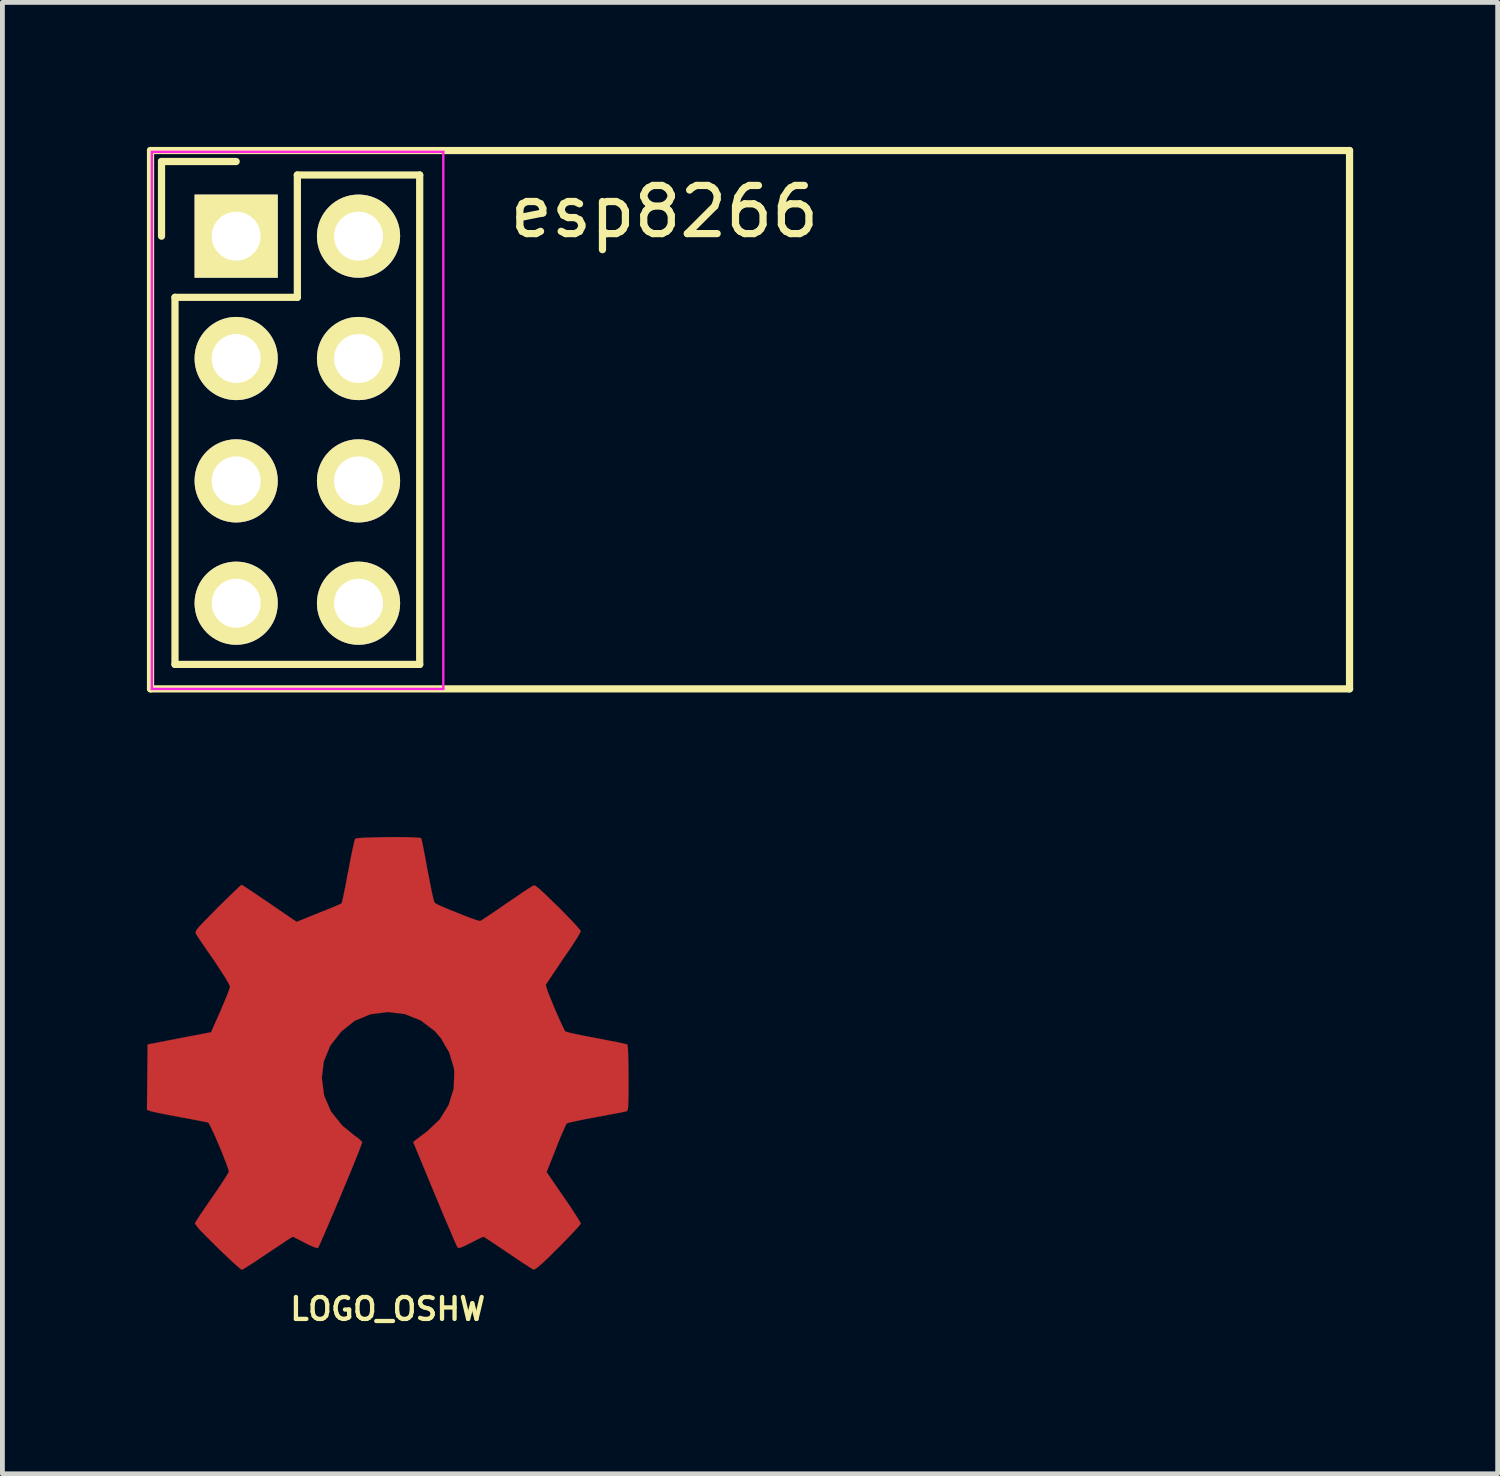
<source format=kicad_pcb>
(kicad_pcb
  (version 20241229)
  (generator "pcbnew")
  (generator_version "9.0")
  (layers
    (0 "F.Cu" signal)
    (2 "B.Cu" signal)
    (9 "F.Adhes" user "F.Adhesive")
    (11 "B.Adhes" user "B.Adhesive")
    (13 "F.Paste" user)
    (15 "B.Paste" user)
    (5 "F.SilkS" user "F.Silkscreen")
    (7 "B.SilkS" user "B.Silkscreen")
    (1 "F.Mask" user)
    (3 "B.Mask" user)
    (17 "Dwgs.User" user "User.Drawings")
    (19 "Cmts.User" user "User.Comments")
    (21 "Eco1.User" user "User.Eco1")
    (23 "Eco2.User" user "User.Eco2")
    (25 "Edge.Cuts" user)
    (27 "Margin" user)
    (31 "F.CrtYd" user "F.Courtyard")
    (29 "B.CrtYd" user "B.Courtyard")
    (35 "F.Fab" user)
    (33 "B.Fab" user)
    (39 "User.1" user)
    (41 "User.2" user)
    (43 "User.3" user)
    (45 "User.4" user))
  (footprint "LOGO_OSHW"
    (layer "F.Cu")
    (at 5 18.821)
    (property "Reference" "LOGO_OSHW" (at 0 5.304 0) (layer "F.SilkS") (effects (font (size 0.455 0.455) (thickness 0.089))))
    (attr through_hole)
    (fp_poly (pts (xy -3.03 4.491) (xy -2.979 4.463) (xy -2.86 4.389) (xy -2.695 4.28) (xy -2.497 4.148) (xy -2.299 4.016) (xy -2.136 3.907) (xy -2.022 3.833) (xy -1.974 3.805) (xy -1.948 3.815) (xy -1.854 3.861) (xy -1.717 3.932) (xy -1.638 3.973) (xy -1.514 4.026) (xy -1.45 4.039) (xy -1.44 4.021) (xy -1.394 3.924) (xy -1.323 3.762) (xy -1.229 3.543) (xy -1.12 3.289) (xy -1.006 3.018) (xy -0.889 2.738) (xy -0.777 2.471) (xy -0.681 2.233) (xy -0.602 2.037) (xy -0.551 1.902) (xy -0.531 1.844) (xy -0.536 1.831) (xy -0.599 1.77) (xy -0.709 1.689) (xy -0.945 1.496) (xy -1.179 1.204) (xy -1.321 0.874) (xy -1.369 0.505) (xy -1.328 0.165) (xy -1.194 -0.163) (xy -0.965 -0.457) (xy -0.688 -0.678) (xy -0.363 -0.815) (xy 0 -0.861) (xy 0.348 -0.82) (xy 0.683 -0.688) (xy 0.978 -0.465) (xy 1.102 -0.32) (xy 1.275 -0.023) (xy 1.372 0.297) (xy 1.382 0.378) (xy 1.369 0.729) (xy 1.265 1.067) (xy 1.079 1.369) (xy 0.82 1.615) (xy 0.79 1.638) (xy 0.671 1.727) (xy 0.589 1.788) (xy 0.528 1.839) (xy 0.975 2.916) (xy 1.046 3.086) (xy 1.168 3.381) (xy 1.278 3.635) (xy 1.361 3.835) (xy 1.422 3.97) (xy 1.448 4.026) (xy 1.45 4.028) (xy 1.491 4.036) (xy 1.572 4.006) (xy 1.722 3.932) (xy 1.821 3.881) (xy 1.935 3.825) (xy 1.989 3.805) (xy 2.032 3.83) (xy 2.141 3.901) (xy 2.301 4.008) (xy 2.494 4.138) (xy 2.677 4.262) (xy 2.845 4.374) (xy 2.969 4.453) (xy 3.028 4.486) (xy 3.038 4.486) (xy 3.091 4.455) (xy 3.188 4.374) (xy 3.335 4.237) (xy 3.541 4.031) (xy 3.574 4) (xy 3.744 3.825) (xy 3.881 3.68) (xy 3.975 3.576) (xy 4.008 3.531) (xy 3.978 3.472) (xy 3.901 3.35) (xy 3.79 3.178) (xy 3.653 2.979) (xy 3.297 2.461) (xy 3.493 1.971) (xy 3.551 1.821) (xy 3.627 1.641) (xy 3.686 1.511) (xy 3.713 1.455) (xy 3.767 1.435) (xy 3.901 1.405) (xy 4.094 1.364) (xy 4.326 1.321) (xy 4.547 1.28) (xy 4.745 1.242) (xy 4.889 1.214) (xy 4.953 1.201) (xy 4.968 1.191) (xy 4.983 1.161) (xy 4.991 1.092) (xy 4.996 0.973) (xy 4.999 0.782) (xy 4.999 0.505) (xy 4.999 0.475) (xy 4.996 0.213) (xy 4.991 0.003) (xy 4.983 -0.135) (xy 4.976 -0.188) (xy 4.973 -0.188) (xy 4.912 -0.203) (xy 4.773 -0.234) (xy 4.572 -0.272) (xy 4.336 -0.318) (xy 4.321 -0.32) (xy 4.084 -0.366) (xy 3.886 -0.406) (xy 3.747 -0.439) (xy 3.688 -0.457) (xy 3.675 -0.475) (xy 3.63 -0.566) (xy 3.561 -0.714) (xy 3.482 -0.892) (xy 3.406 -1.077) (xy 3.338 -1.245) (xy 3.294 -1.369) (xy 3.279 -1.425) (xy 3.282 -1.427) (xy 3.317 -1.483) (xy 3.399 -1.605) (xy 3.513 -1.775) (xy 3.65 -1.979) (xy 3.66 -1.994) (xy 3.797 -2.192) (xy 3.907 -2.362) (xy 3.98 -2.482) (xy 4.008 -2.537) (xy 4.008 -2.54) (xy 3.962 -2.601) (xy 3.861 -2.713) (xy 3.716 -2.865) (xy 3.541 -3.043) (xy 3.485 -3.096) (xy 3.289 -3.287) (xy 3.155 -3.411) (xy 3.071 -3.477) (xy 3.03 -3.493) (xy 3.03 -3.49) (xy 2.969 -3.454) (xy 2.842 -3.373) (xy 2.672 -3.256) (xy 2.469 -3.119) (xy 2.454 -3.109) (xy 2.256 -2.972) (xy 2.088 -2.86) (xy 1.971 -2.781) (xy 1.918 -2.751) (xy 1.91 -2.751) (xy 1.829 -2.774) (xy 1.687 -2.824) (xy 1.511 -2.893) (xy 1.326 -2.967) (xy 1.158 -3.038) (xy 1.031 -3.094) (xy 0.973 -3.129) (xy 0.97 -3.132) (xy 0.95 -3.203) (xy 0.914 -3.353) (xy 0.874 -3.559) (xy 0.826 -3.802) (xy 0.818 -3.843) (xy 0.775 -4.082) (xy 0.737 -4.277) (xy 0.709 -4.415) (xy 0.693 -4.47) (xy 0.66 -4.478) (xy 0.544 -4.486) (xy 0.366 -4.491) (xy 0.15 -4.493) (xy -0.076 -4.491) (xy -0.297 -4.486) (xy -0.485 -4.481) (xy -0.62 -4.47) (xy -0.676 -4.46) (xy -0.678 -4.455) (xy -0.699 -4.381) (xy -0.732 -4.232) (xy -0.775 -4.026) (xy -0.82 -3.78) (xy -0.831 -3.736) (xy -0.874 -3.5) (xy -0.914 -3.305) (xy -0.942 -3.17) (xy -0.958 -3.117) (xy -0.98 -3.106) (xy -1.077 -3.063) (xy -1.237 -2.997) (xy -1.435 -2.918) (xy -1.892 -2.733) (xy -2.454 -3.117) (xy -2.504 -3.152) (xy -2.708 -3.289) (xy -2.873 -3.399) (xy -2.987 -3.475) (xy -3.035 -3.5) (xy -3.04 -3.5) (xy -3.096 -3.449) (xy -3.205 -3.345) (xy -3.358 -3.198) (xy -3.536 -3.023) (xy -3.665 -2.891) (xy -3.82 -2.733) (xy -3.919 -2.629) (xy -3.973 -2.56) (xy -3.99 -2.52) (xy -3.985 -2.492) (xy -3.95 -2.433) (xy -3.868 -2.311) (xy -3.752 -2.141) (xy -3.614 -1.943) (xy -3.503 -1.775) (xy -3.381 -1.587) (xy -3.302 -1.453) (xy -3.274 -1.387) (xy -3.282 -1.361) (xy -3.32 -1.25) (xy -3.388 -1.085) (xy -3.472 -0.886) (xy -3.668 -0.442) (xy -3.957 -0.386) (xy -4.135 -0.353) (xy -4.381 -0.305) (xy -4.618 -0.259) (xy -4.986 -0.188) (xy -4.999 1.166) (xy -4.943 1.191) (xy -4.887 1.206) (xy -4.75 1.237) (xy -4.557 1.275) (xy -4.326 1.318) (xy -4.13 1.354) (xy -3.932 1.392) (xy -3.79 1.42) (xy -3.729 1.433) (xy -3.711 1.455) (xy -3.663 1.549) (xy -3.592 1.702) (xy -3.513 1.885) (xy -3.434 2.075) (xy -3.365 2.25) (xy -3.317 2.383) (xy -3.297 2.451) (xy -3.325 2.504) (xy -3.399 2.621) (xy -3.508 2.786) (xy -3.642 2.982) (xy -3.777 3.178) (xy -3.891 3.345) (xy -3.97 3.467) (xy -4.003 3.523) (xy -3.985 3.559) (xy -3.907 3.655) (xy -3.759 3.807) (xy -3.538 4.026) (xy -3.503 4.061) (xy -3.327 4.229) (xy -3.18 4.366) (xy -3.076 4.458) (xy -3.03 4.491)) (stroke (width 0.003) (type solid)) (fill yes) (layer "F.Cu")))
  (footprint "esp8266"
    (layer "F.Cu")
    (at 1.853 1.853)
    (property "Reference" "esp8266" (at 8.89 -0.508 0) (layer "F.SilkS") (effects (font (size 1 1) (thickness 0.15))))
    (attr through_hole)
    (fp_line (start -1.778 -1.778) (end 23.114 -1.778) (stroke (width 0.15) (type solid)) (layer "F.SilkS"))
    (fp_line (start -1.778 9.398) (end -1.778 -1.778) (stroke (width 0.15) (type solid)) (layer "F.SilkS"))
    (fp_line (start -1.778 9.398) (end 23.114 9.398) (stroke (width 0.15) (type solid)) (layer "F.SilkS"))
    (fp_line (start -1.55 -1.55) (end -1.55 0) (stroke (width 0.15) (type solid)) (layer "F.SilkS"))
    (fp_line (start -1.27 1.27) (end -1.27 8.89) (stroke (width 0.15) (type solid)) (layer "F.SilkS"))
    (fp_line (start -1.27 8.89) (end 3.81 8.89) (stroke (width 0.15) (type solid)) (layer "F.SilkS"))
    (fp_line (start 0 -1.55) (end -1.55 -1.55) (stroke (width 0.15) (type solid)) (layer "F.SilkS"))
    (fp_line (start 1.27 -1.27) (end 1.27 1.27) (stroke (width 0.15) (type solid)) (layer "F.SilkS"))
    (fp_line (start 1.27 1.27) (end -1.27 1.27) (stroke (width 0.15) (type solid)) (layer "F.SilkS"))
    (fp_line (start 3.81 -1.27) (end 1.27 -1.27) (stroke (width 0.15) (type solid)) (layer "F.SilkS"))
    (fp_line (start 3.81 8.89) (end 3.81 -1.27) (stroke (width 0.15) (type solid)) (layer "F.SilkS"))
    (fp_line (start 23.114 9.398) (end 23.114 -1.778) (stroke (width 0.15) (type solid)) (layer "F.SilkS"))
    (fp_line (start -1.75 -1.75) (end -1.75 9.4) (stroke (width 0.05) (type solid)) (layer "F.CrtYd"))
    (fp_line (start -1.75 -1.75) (end 4.3 -1.75) (stroke (width 0.05) (type solid)) (layer "F.CrtYd"))
    (fp_line (start -1.75 9.4) (end 4.3 9.4) (stroke (width 0.05) (type solid)) (layer "F.CrtYd"))
    (fp_line (start 4.3 -1.75) (end 4.3 9.4) (stroke (width 0.05) (type solid)) (layer "F.CrtYd"))
    (pad "1" thru_hole rect (at 0 0) (size 1.727 1.727) (drill 1.016) (layers "*.Cu" "*.Mask" "F.SilkS"))
    (pad "2" thru_hole oval (at 2.54 0) (size 1.727 1.727) (drill 1.016) (layers "*.Cu" "*.Mask" "F.SilkS"))
    (pad "3" thru_hole oval (at 0 2.54) (size 1.727 1.727) (drill 1.016) (layers "*.Cu" "*.Mask" "F.SilkS"))
    (pad "4" thru_hole oval (at 2.54 2.54) (size 1.727 1.727) (drill 1.016) (layers "*.Cu" "*.Mask" "F.SilkS"))
    (pad "5" thru_hole oval (at 0 5.08) (size 1.727 1.727) (drill 1.016) (layers "*.Cu" "*.Mask" "F.SilkS"))
    (pad "6" thru_hole oval (at 2.54 5.08) (size 1.727 1.727) (drill 1.016) (layers "*.Cu" "*.Mask" "F.SilkS"))
    (pad "7" thru_hole oval (at 0 7.62) (size 1.727 1.727) (drill 1.016) (layers "*.Cu" "*.Mask" "F.SilkS"))
    (pad "8" thru_hole oval (at 2.54 7.62) (size 1.727 1.727) (drill 1.016) (layers "*.Cu" "*.Mask" "F.SilkS")))
  (gr_rect
    (start -3 -3)
    (end 28.042 27.546)
    (stroke (width 0.1) (type default))
    (fill no)
    (layer "Edge.Cuts")))
</source>
